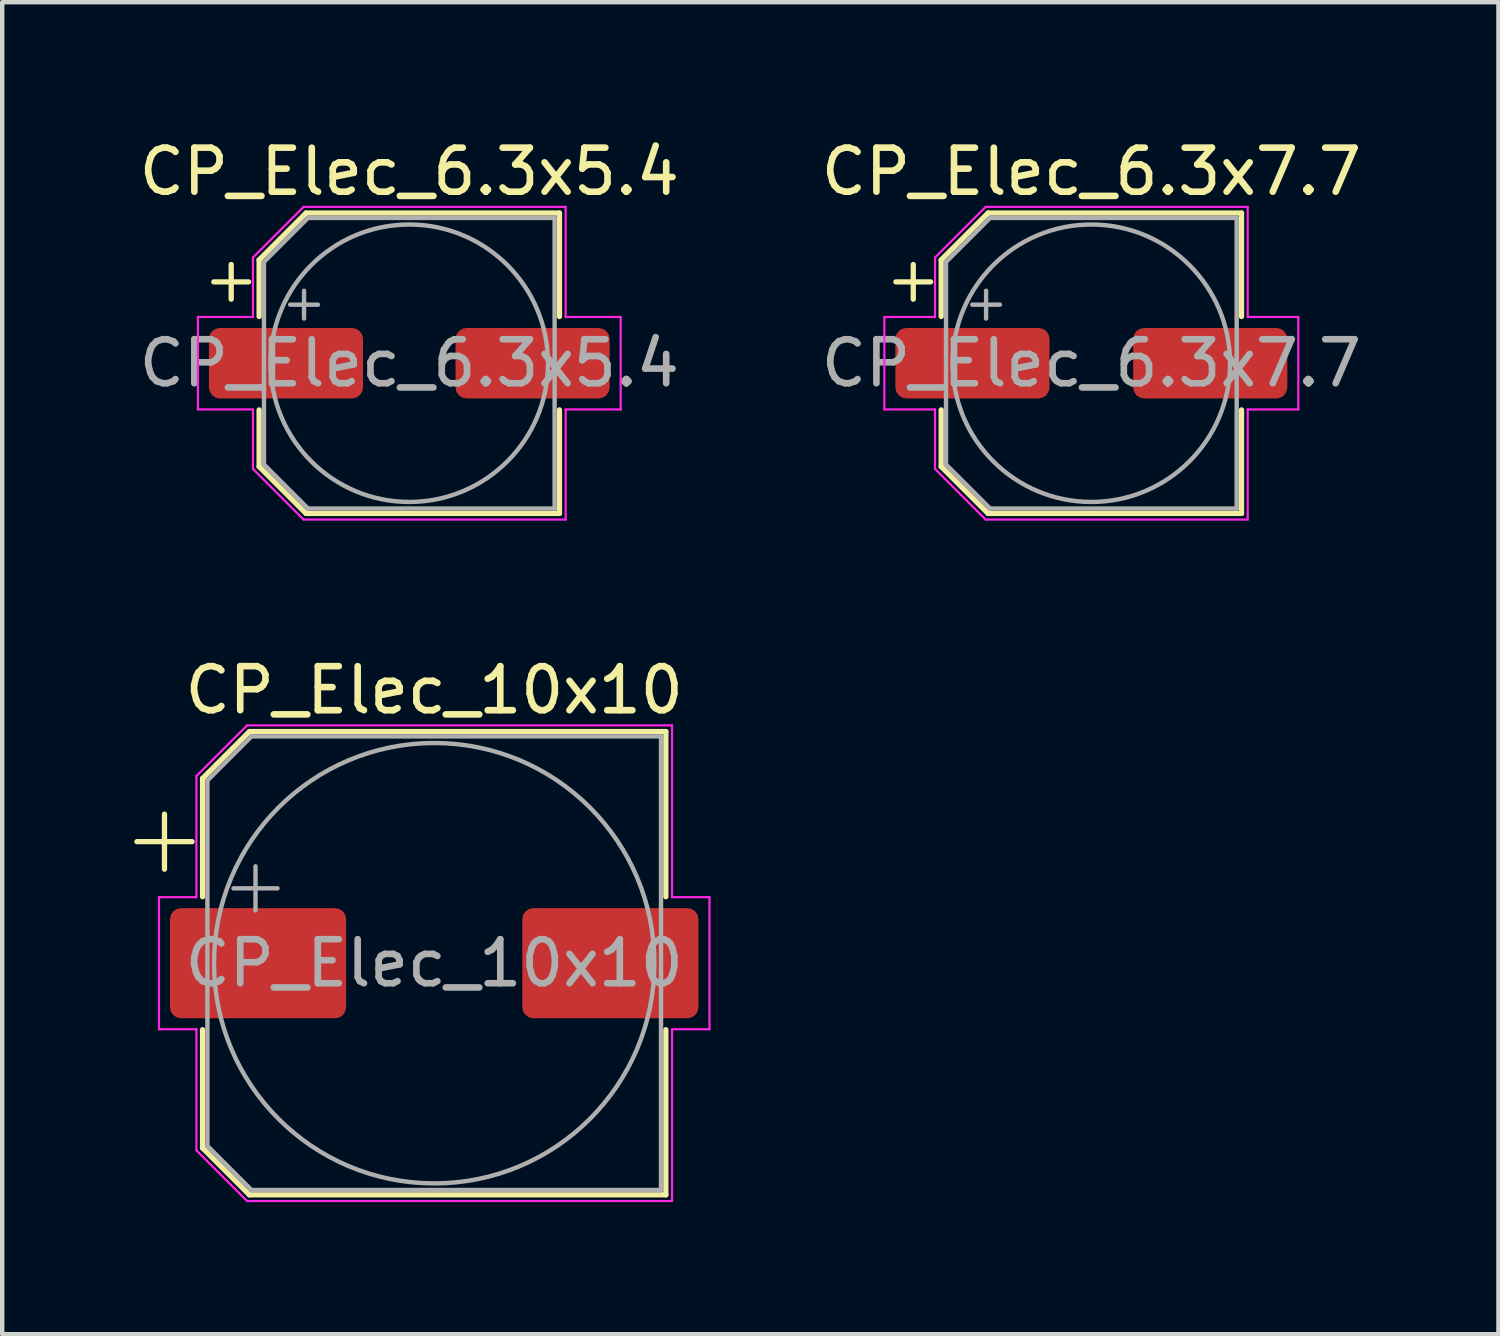
<source format=kicad_pcb>
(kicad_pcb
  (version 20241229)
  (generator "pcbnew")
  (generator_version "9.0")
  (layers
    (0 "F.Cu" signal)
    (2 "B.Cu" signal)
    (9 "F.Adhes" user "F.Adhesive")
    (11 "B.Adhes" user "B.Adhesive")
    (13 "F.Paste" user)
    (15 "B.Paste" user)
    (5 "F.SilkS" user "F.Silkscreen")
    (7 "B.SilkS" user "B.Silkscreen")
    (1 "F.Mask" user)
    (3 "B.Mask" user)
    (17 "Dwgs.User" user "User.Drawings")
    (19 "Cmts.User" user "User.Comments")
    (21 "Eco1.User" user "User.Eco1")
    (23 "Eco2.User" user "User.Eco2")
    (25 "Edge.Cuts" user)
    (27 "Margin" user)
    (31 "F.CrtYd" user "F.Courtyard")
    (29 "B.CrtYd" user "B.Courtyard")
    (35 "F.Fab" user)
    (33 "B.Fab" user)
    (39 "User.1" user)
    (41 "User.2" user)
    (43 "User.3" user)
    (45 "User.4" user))
  (footprint "CP_Elec_10x10"
    (layer "F.Cu")
    (at 6.81 18.822)
    (property "Reference" "CP_Elec_10x10" (at 0 -6.2 0) (layer "F.SilkS") (effects (font (size 1 1) (thickness 0.15))))
    (attr smd)
    (fp_line (start -6.75 -2.76) (end -5.5 -2.76) (stroke (width 0.12) (type solid)) (layer "F.SilkS"))
    (fp_line (start -6.125 -3.385) (end -6.125 -2.135) (stroke (width 0.12) (type solid)) (layer "F.SilkS"))
    (fp_line (start -5.26 -4.196) (end -5.26 -1.51) (stroke (width 0.12) (type solid)) (layer "F.SilkS"))
    (fp_line (start -5.26 -4.196) (end -4.196 -5.26) (stroke (width 0.12) (type solid)) (layer "F.SilkS"))
    (fp_line (start -5.26 4.196) (end -5.26 1.51) (stroke (width 0.12) (type solid)) (layer "F.SilkS"))
    (fp_line (start -5.26 4.196) (end -4.196 5.26) (stroke (width 0.12) (type solid)) (layer "F.SilkS"))
    (fp_line (start -4.196 -5.26) (end 5.26 -5.26) (stroke (width 0.12) (type solid)) (layer "F.SilkS"))
    (fp_line (start -4.196 5.26) (end 5.26 5.26) (stroke (width 0.12) (type solid)) (layer "F.SilkS"))
    (fp_line (start 5.26 -5.26) (end 5.26 -1.51) (stroke (width 0.12) (type solid)) (layer "F.SilkS"))
    (fp_line (start 5.26 5.26) (end 5.26 1.51) (stroke (width 0.12) (type solid)) (layer "F.SilkS"))
    (fp_line (start -6.25 -1.5) (end -6.25 1.5) (stroke (width 0.05) (type solid)) (layer "F.CrtYd"))
    (fp_line (start -6.25 1.5) (end -5.4 1.5) (stroke (width 0.05) (type solid)) (layer "F.CrtYd"))
    (fp_line (start -5.4 -4.25) (end -5.4 -1.5) (stroke (width 0.05) (type solid)) (layer "F.CrtYd"))
    (fp_line (start -5.4 -4.25) (end -4.25 -5.4) (stroke (width 0.05) (type solid)) (layer "F.CrtYd"))
    (fp_line (start -5.4 -1.5) (end -6.25 -1.5) (stroke (width 0.05) (type solid)) (layer "F.CrtYd"))
    (fp_line (start -5.4 1.5) (end -5.4 4.25) (stroke (width 0.05) (type solid)) (layer "F.CrtYd"))
    (fp_line (start -5.4 4.25) (end -4.25 5.4) (stroke (width 0.05) (type solid)) (layer "F.CrtYd"))
    (fp_line (start -4.25 -5.4) (end 5.4 -5.4) (stroke (width 0.05) (type solid)) (layer "F.CrtYd"))
    (fp_line (start -4.25 5.4) (end 5.4 5.4) (stroke (width 0.05) (type solid)) (layer "F.CrtYd"))
    (fp_line (start 5.4 -5.4) (end 5.4 -1.5) (stroke (width 0.05) (type solid)) (layer "F.CrtYd"))
    (fp_line (start 5.4 -1.5) (end 6.25 -1.5) (stroke (width 0.05) (type solid)) (layer "F.CrtYd"))
    (fp_line (start 5.4 1.5) (end 5.4 5.4) (stroke (width 0.05) (type solid)) (layer "F.CrtYd"))
    (fp_line (start 6.25 -1.5) (end 6.25 1.5) (stroke (width 0.05) (type solid)) (layer "F.CrtYd"))
    (fp_line (start 6.25 1.5) (end 5.4 1.5) (stroke (width 0.05) (type solid)) (layer "F.CrtYd"))
    (fp_line (start -5.15 -4.15) (end -5.15 4.15) (stroke (width 0.1) (type solid)) (layer "F.Fab"))
    (fp_line (start -5.15 -4.15) (end -4.15 -5.15) (stroke (width 0.1) (type solid)) (layer "F.Fab"))
    (fp_line (start -5.15 4.15) (end -4.15 5.15) (stroke (width 0.1) (type solid)) (layer "F.Fab"))
    (fp_line (start -4.558 -1.7) (end -3.558 -1.7) (stroke (width 0.1) (type solid)) (layer "F.Fab"))
    (fp_line (start -4.15 -5.15) (end 5.15 -5.15) (stroke (width 0.1) (type solid)) (layer "F.Fab"))
    (fp_line (start -4.15 5.15) (end 5.15 5.15) (stroke (width 0.1) (type solid)) (layer "F.Fab"))
    (fp_line (start -4.058 -2.2) (end -4.058 -1.2) (stroke (width 0.1) (type solid)) (layer "F.Fab"))
    (fp_line (start 5.15 -5.15) (end 5.15 5.15) (stroke (width 0.1) (type solid)) (layer "F.Fab"))
    (fp_circle (center 0 0) (end 5 0) (stroke (width 0.1) (type solid)) (fill no) (layer "F.Fab"))
    (fp_text user "${REFERENCE}" (at 0 0 0) (layer "F.Fab") (effects (font (size 1 1) (thickness 0.15))))
    (pad "1" smd roundrect (at -4 0) (size 4 2.5) (layers "F.Cu" "F.Mask" "F.Paste") (roundrect_rratio 0.1))
    (pad "2" smd roundrect (at 4 0) (size 4 2.5) (layers "F.Cu" "F.Mask" "F.Paste") (roundrect_rratio 0.1)))
  (footprint "CP_Elec_6.3x7.7"
    (layer "F.Cu")
    (at 21.732 5.198)
    (property "Reference" "CP_Elec_6.3x7.7" (at 0 -4.35 0) (layer "F.SilkS") (effects (font (size 1 1) (thickness 0.15))))
    (attr smd)
    (fp_line (start -4.438 -1.847) (end -3.65 -1.847) (stroke (width 0.12) (type solid)) (layer "F.SilkS"))
    (fp_line (start -4.044 -2.241) (end -4.044 -1.454) (stroke (width 0.12) (type solid)) (layer "F.SilkS"))
    (fp_line (start -3.41 -2.346) (end -3.41 -1.06) (stroke (width 0.12) (type solid)) (layer "F.SilkS"))
    (fp_line (start -3.41 -2.346) (end -2.346 -3.41) (stroke (width 0.12) (type solid)) (layer "F.SilkS"))
    (fp_line (start -3.41 2.346) (end -3.41 1.06) (stroke (width 0.12) (type solid)) (layer "F.SilkS"))
    (fp_line (start -3.41 2.346) (end -2.346 3.41) (stroke (width 0.12) (type solid)) (layer "F.SilkS"))
    (fp_line (start -2.346 -3.41) (end 3.41 -3.41) (stroke (width 0.12) (type solid)) (layer "F.SilkS"))
    (fp_line (start -2.346 3.41) (end 3.41 3.41) (stroke (width 0.12) (type solid)) (layer "F.SilkS"))
    (fp_line (start 3.41 -3.41) (end 3.41 -1.06) (stroke (width 0.12) (type solid)) (layer "F.SilkS"))
    (fp_line (start 3.41 3.41) (end 3.41 1.06) (stroke (width 0.12) (type solid)) (layer "F.SilkS"))
    (fp_line (start -4.7 -1.05) (end -4.7 1.05) (stroke (width 0.05) (type solid)) (layer "F.CrtYd"))
    (fp_line (start -4.7 1.05) (end -3.55 1.05) (stroke (width 0.05) (type solid)) (layer "F.CrtYd"))
    (fp_line (start -3.55 -2.4) (end -3.55 -1.05) (stroke (width 0.05) (type solid)) (layer "F.CrtYd"))
    (fp_line (start -3.55 -2.4) (end -2.4 -3.55) (stroke (width 0.05) (type solid)) (layer "F.CrtYd"))
    (fp_line (start -3.55 -1.05) (end -4.7 -1.05) (stroke (width 0.05) (type solid)) (layer "F.CrtYd"))
    (fp_line (start -3.55 1.05) (end -3.55 2.4) (stroke (width 0.05) (type solid)) (layer "F.CrtYd"))
    (fp_line (start -3.55 2.4) (end -2.4 3.55) (stroke (width 0.05) (type solid)) (layer "F.CrtYd"))
    (fp_line (start -2.4 -3.55) (end 3.55 -3.55) (stroke (width 0.05) (type solid)) (layer "F.CrtYd"))
    (fp_line (start -2.4 3.55) (end 3.55 3.55) (stroke (width 0.05) (type solid)) (layer "F.CrtYd"))
    (fp_line (start 3.55 -3.55) (end 3.55 -1.05) (stroke (width 0.05) (type solid)) (layer "F.CrtYd"))
    (fp_line (start 3.55 -1.05) (end 4.7 -1.05) (stroke (width 0.05) (type solid)) (layer "F.CrtYd"))
    (fp_line (start 3.55 1.05) (end 3.55 3.55) (stroke (width 0.05) (type solid)) (layer "F.CrtYd"))
    (fp_line (start 4.7 -1.05) (end 4.7 1.05) (stroke (width 0.05) (type solid)) (layer "F.CrtYd"))
    (fp_line (start 4.7 1.05) (end 3.55 1.05) (stroke (width 0.05) (type solid)) (layer "F.CrtYd"))
    (fp_line (start -3.3 -2.3) (end -3.3 2.3) (stroke (width 0.1) (type solid)) (layer "F.Fab"))
    (fp_line (start -3.3 -2.3) (end -2.3 -3.3) (stroke (width 0.1) (type solid)) (layer "F.Fab"))
    (fp_line (start -3.3 2.3) (end -2.3 3.3) (stroke (width 0.1) (type solid)) (layer "F.Fab"))
    (fp_line (start -2.705 -1.33) (end -2.075 -1.33) (stroke (width 0.1) (type solid)) (layer "F.Fab"))
    (fp_line (start -2.39 -1.645) (end -2.39 -1.015) (stroke (width 0.1) (type solid)) (layer "F.Fab"))
    (fp_line (start -2.3 -3.3) (end 3.3 -3.3) (stroke (width 0.1) (type solid)) (layer "F.Fab"))
    (fp_line (start -2.3 3.3) (end 3.3 3.3) (stroke (width 0.1) (type solid)) (layer "F.Fab"))
    (fp_line (start 3.3 -3.3) (end 3.3 3.3) (stroke (width 0.1) (type solid)) (layer "F.Fab"))
    (fp_circle (center 0 0) (end 3.15 0) (stroke (width 0.1) (type solid)) (fill no) (layer "F.Fab"))
    (fp_text user "${REFERENCE}" (at 0 0 0) (layer "F.Fab") (effects (font (size 1 1) (thickness 0.15))))
    (pad "1" smd roundrect (at -2.7 0) (size 3.5 1.6) (layers "F.Cu" "F.Mask" "F.Paste") (roundrect_rratio 0.156))
    (pad "2" smd roundrect (at 2.7 0) (size 3.5 1.6) (layers "F.Cu" "F.Mask" "F.Paste") (roundrect_rratio 0.156)))
  (footprint "CP_Elec_6.3x5.4"
    (layer "F.Cu")
    (at 6.244 5.198)
    (property "Reference" "CP_Elec_6.3x5.4" (at 0 -4.35 0) (layer "F.SilkS") (effects (font (size 1 1) (thickness 0.15))))
    (attr smd)
    (fp_line (start -4.438 -1.847) (end -3.65 -1.847) (stroke (width 0.12) (type solid)) (layer "F.SilkS"))
    (fp_line (start -4.044 -2.241) (end -4.044 -1.454) (stroke (width 0.12) (type solid)) (layer "F.SilkS"))
    (fp_line (start -3.41 -2.346) (end -3.41 -1.06) (stroke (width 0.12) (type solid)) (layer "F.SilkS"))
    (fp_line (start -3.41 -2.346) (end -2.346 -3.41) (stroke (width 0.12) (type solid)) (layer "F.SilkS"))
    (fp_line (start -3.41 2.346) (end -3.41 1.06) (stroke (width 0.12) (type solid)) (layer "F.SilkS"))
    (fp_line (start -3.41 2.346) (end -2.346 3.41) (stroke (width 0.12) (type solid)) (layer "F.SilkS"))
    (fp_line (start -2.346 -3.41) (end 3.41 -3.41) (stroke (width 0.12) (type solid)) (layer "F.SilkS"))
    (fp_line (start -2.346 3.41) (end 3.41 3.41) (stroke (width 0.12) (type solid)) (layer "F.SilkS"))
    (fp_line (start 3.41 -3.41) (end 3.41 -1.06) (stroke (width 0.12) (type solid)) (layer "F.SilkS"))
    (fp_line (start 3.41 3.41) (end 3.41 1.06) (stroke (width 0.12) (type solid)) (layer "F.SilkS"))
    (fp_line (start -4.8 -1.05) (end -4.8 1.05) (stroke (width 0.05) (type solid)) (layer "F.CrtYd"))
    (fp_line (start -4.8 1.05) (end -3.55 1.05) (stroke (width 0.05) (type solid)) (layer "F.CrtYd"))
    (fp_line (start -3.55 -2.4) (end -3.55 -1.05) (stroke (width 0.05) (type solid)) (layer "F.CrtYd"))
    (fp_line (start -3.55 -2.4) (end -2.4 -3.55) (stroke (width 0.05) (type solid)) (layer "F.CrtYd"))
    (fp_line (start -3.55 -1.05) (end -4.8 -1.05) (stroke (width 0.05) (type solid)) (layer "F.CrtYd"))
    (fp_line (start -3.55 1.05) (end -3.55 2.4) (stroke (width 0.05) (type solid)) (layer "F.CrtYd"))
    (fp_line (start -3.55 2.4) (end -2.4 3.55) (stroke (width 0.05) (type solid)) (layer "F.CrtYd"))
    (fp_line (start -2.4 -3.55) (end 3.55 -3.55) (stroke (width 0.05) (type solid)) (layer "F.CrtYd"))
    (fp_line (start -2.4 3.55) (end 3.55 3.55) (stroke (width 0.05) (type solid)) (layer "F.CrtYd"))
    (fp_line (start 3.55 -3.55) (end 3.55 -1.05) (stroke (width 0.05) (type solid)) (layer "F.CrtYd"))
    (fp_line (start 3.55 -1.05) (end 4.8 -1.05) (stroke (width 0.05) (type solid)) (layer "F.CrtYd"))
    (fp_line (start 3.55 1.05) (end 3.55 3.55) (stroke (width 0.05) (type solid)) (layer "F.CrtYd"))
    (fp_line (start 4.8 -1.05) (end 4.8 1.05) (stroke (width 0.05) (type solid)) (layer "F.CrtYd"))
    (fp_line (start 4.8 1.05) (end 3.55 1.05) (stroke (width 0.05) (type solid)) (layer "F.CrtYd"))
    (fp_line (start -3.3 -2.3) (end -3.3 2.3) (stroke (width 0.1) (type solid)) (layer "F.Fab"))
    (fp_line (start -3.3 -2.3) (end -2.3 -3.3) (stroke (width 0.1) (type solid)) (layer "F.Fab"))
    (fp_line (start -3.3 2.3) (end -2.3 3.3) (stroke (width 0.1) (type solid)) (layer "F.Fab"))
    (fp_line (start -2.705 -1.33) (end -2.075 -1.33) (stroke (width 0.1) (type solid)) (layer "F.Fab"))
    (fp_line (start -2.39 -1.645) (end -2.39 -1.015) (stroke (width 0.1) (type solid)) (layer "F.Fab"))
    (fp_line (start -2.3 -3.3) (end 3.3 -3.3) (stroke (width 0.1) (type solid)) (layer "F.Fab"))
    (fp_line (start -2.3 3.3) (end 3.3 3.3) (stroke (width 0.1) (type solid)) (layer "F.Fab"))
    (fp_line (start 3.3 -3.3) (end 3.3 3.3) (stroke (width 0.1) (type solid)) (layer "F.Fab"))
    (fp_circle (center 0 0) (end 3.15 0) (stroke (width 0.1) (type solid)) (fill no) (layer "F.Fab"))
    (fp_text user "${REFERENCE}" (at 0 0 0) (layer "F.Fab") (effects (font (size 1 1) (thickness 0.15))))
    (pad "1" smd roundrect (at -2.8 0) (size 3.5 1.6) (layers "F.Cu" "F.Mask" "F.Paste") (roundrect_rratio 0.156))
    (pad "2" smd roundrect (at 2.8 0) (size 3.5 1.6) (layers "F.Cu" "F.Mask" "F.Paste") (roundrect_rratio 0.156)))
  (gr_rect
    (start -3 -3)
    (end 30.976 27.247)
    (stroke (width 0.1) (type default))
    (fill no)
    (layer "Edge.Cuts")))
</source>
